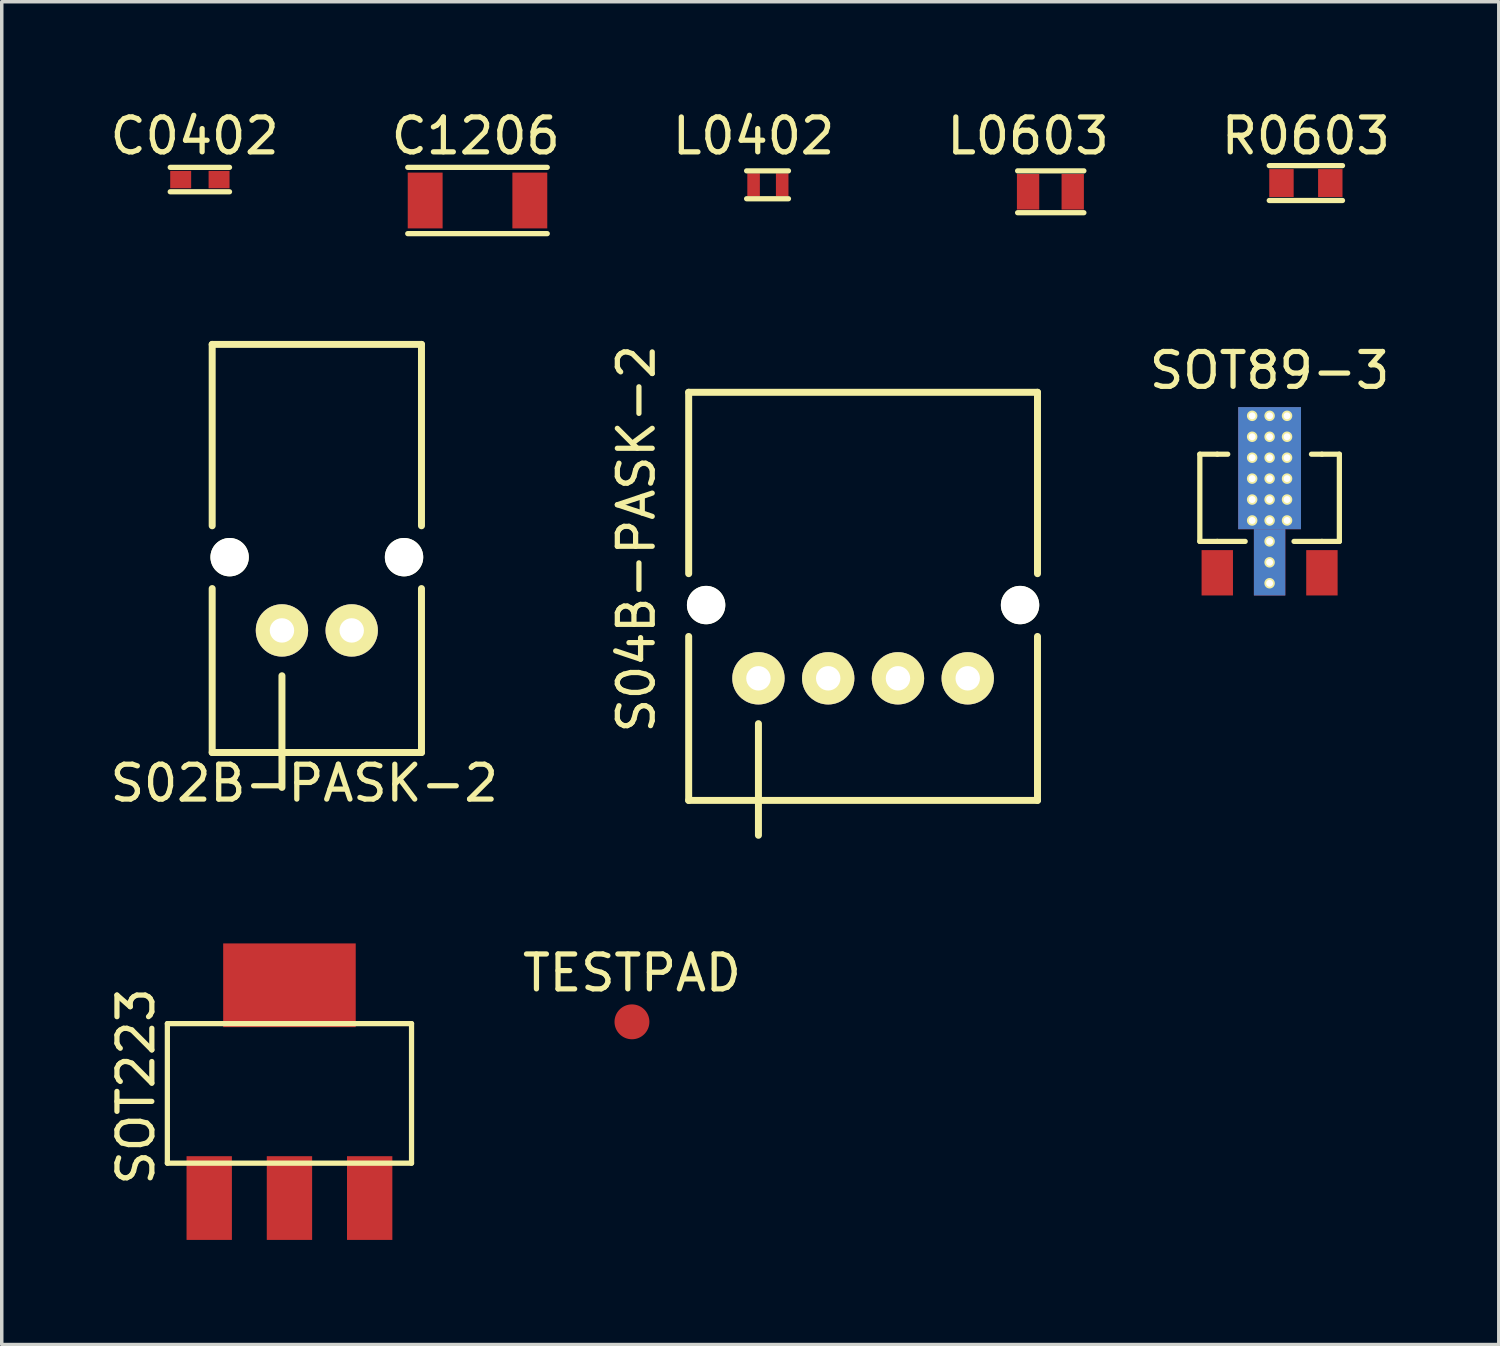
<source format=kicad_pcb>
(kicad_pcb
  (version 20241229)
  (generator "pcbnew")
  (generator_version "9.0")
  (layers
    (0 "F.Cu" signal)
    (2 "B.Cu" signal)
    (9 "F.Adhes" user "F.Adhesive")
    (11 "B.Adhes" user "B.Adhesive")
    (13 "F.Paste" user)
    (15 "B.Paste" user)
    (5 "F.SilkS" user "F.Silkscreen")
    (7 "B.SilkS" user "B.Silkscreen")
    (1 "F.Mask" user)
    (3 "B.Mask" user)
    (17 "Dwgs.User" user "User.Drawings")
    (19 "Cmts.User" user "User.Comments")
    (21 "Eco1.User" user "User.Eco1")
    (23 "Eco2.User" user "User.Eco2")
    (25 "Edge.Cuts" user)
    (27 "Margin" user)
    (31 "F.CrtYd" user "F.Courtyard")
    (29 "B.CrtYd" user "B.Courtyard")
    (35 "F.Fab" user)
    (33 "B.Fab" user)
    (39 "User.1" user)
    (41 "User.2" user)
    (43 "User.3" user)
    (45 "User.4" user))
  (footprint "R0603"
    (layer "F.Cu")
    (at 33.687 2.198)
    (property "Reference" "R0603" (at 0.7 -1.35 0) (layer "F.SilkS") (effects (font (size 1 1) (thickness 0.15))))
    (attr through_hole)
    (fp_line (start -0.35 -0.5) (end 1.75 -0.5) (stroke (width 0.15) (type solid)) (layer "F.SilkS"))
    (fp_line (start 1.75 0.5) (end -0.35 0.5) (stroke (width 0.15) (type solid)) (layer "F.SilkS"))
    (pad "1" smd rect (at 0 0) (size 0.7 0.8) (layers "F.Cu" "F.Mask" "F.Paste"))
    (pad "2" smd rect (at 1.4 0) (size 0.7 0.8) (layers "F.Cu" "F.Mask" "F.Paste")))
  (footprint "SOT223"
    (layer "F.Cu")
    (at 5.248 31.296)
    (property "Reference" "SOT223" (at -4.4 -3.2 90) (layer "F.SilkS") (effects (font (size 1 1) (thickness 0.15))))
    (attr through_hole)
    (fp_line (start -3.5 -5) (end 3.5 -5) (stroke (width 0.15) (type solid)) (layer "F.SilkS"))
    (fp_line (start -3.5 -1) (end -3.5 -5) (stroke (width 0.15) (type solid)) (layer "F.SilkS"))
    (fp_line (start 3.5 -5) (end 3.5 -1) (stroke (width 0.15) (type solid)) (layer "F.SilkS"))
    (fp_line (start 3.5 -1) (end -3.5 -1) (stroke (width 0.15) (type solid)) (layer "F.SilkS"))
    (pad "1" smd rect (at -2.3 0) (size 1.3 2.4) (layers "F.Cu" "F.Mask" "F.Paste"))
    (pad "2" smd rect (at 0 0) (size 1.3 2.4) (layers "F.Cu" "F.Mask" "F.Paste"))
    (pad "3" smd rect (at 2.3 0) (size 1.3 2.4) (layers "F.Cu" "F.Mask" "F.Paste"))
    (pad "4" smd rect (at 0 -6.1) (size 3.8 2.4) (layers "F.Cu" "F.Mask" "F.Paste")))
  (footprint "S04B-PASK-2"
    (layer "F.Cu")
    (at 18.693 16.396)
    (property "Reference" "S04B-PASK-2" (at -3.5 -4 90) (layer "F.SilkS") (effects (font (size 1 1) (thickness 0.15))))
    (attr through_hole)
    (fp_line (start -2 -8.2) (end -2 -3) (stroke (width 0.2) (type solid)) (layer "F.SilkS"))
    (fp_line (start -2 -1.2) (end -2 3.5) (stroke (width 0.2) (type solid)) (layer "F.SilkS"))
    (fp_line (start -2 3.5) (end 8 3.5) (stroke (width 0.2) (type solid)) (layer "F.SilkS"))
    (fp_line (start 0 1.3) (end 0 4.5) (stroke (width 0.2) (type solid)) (layer "F.SilkS"))
    (fp_line (start 8 -8.2) (end -2 -8.2) (stroke (width 0.2) (type solid)) (layer "F.SilkS"))
    (fp_line (start 8 -3) (end 8 -8.2) (stroke (width 0.2) (type solid)) (layer "F.SilkS"))
    (fp_line (start 8 3.5) (end 8 -1.2) (stroke (width 0.2) (type solid)) (layer "F.SilkS"))
    (pad "" np_thru_hole circle (at -1.5 -2.1) (size 1.1 1.1) (drill 1.1) (layers "*.Cu" "*.Mask" "F.SilkS"))
    (pad "" np_thru_hole circle (at 7.5 -2.1) (size 1.1 1.1) (drill 1.1) (layers "*.Cu" "*.Mask" "F.SilkS"))
    (pad "1" thru_hole circle (at 0 0) (size 1.5 1.5) (drill 0.7) (layers "*.Cu" "*.Mask" "F.SilkS"))
    (pad "2" thru_hole circle (at 2 0) (size 1.5 1.5) (drill 0.7) (layers "*.Cu" "*.Mask" "F.SilkS"))
    (pad "3" thru_hole circle (at 4 0) (size 1.5 1.5) (drill 0.7) (layers "*.Cu" "*.Mask" "F.SilkS"))
    (pad "4" thru_hole circle (at 6 0) (size 1.5 1.5) (drill 0.7) (layers "*.Cu" "*.Mask" "F.SilkS")))
  (footprint "C0402"
    (layer "F.Cu")
    (at 2.13 2.098)
    (property "Reference" "C0402" (at 0.4 -1.25 0) (layer "F.SilkS") (effects (font (size 1 1) (thickness 0.15))))
    (attr through_hole)
    (fp_line (start -0.3 -0.35) (end 1.4 -0.35) (stroke (width 0.15) (type solid)) (layer "F.SilkS"))
    (fp_line (start -0.3 0.35) (end 1.4 0.35) (stroke (width 0.15) (type solid)) (layer "F.SilkS"))
    (pad "1" smd rect (at 0 0) (size 0.6 0.5) (layers "F.Cu" "F.Mask" "F.Paste"))
    (pad "2" smd rect (at 1.1 0) (size 0.6 0.5) (layers "F.Cu" "F.Mask" "F.Paste")))
  (footprint "C1206"
    (layer "F.Cu")
    (at 9.189 2.698)
    (property "Reference" "C1206" (at 1.4 -1.85 0) (layer "F.SilkS") (effects (font (size 1 1) (thickness 0.15))))
    (attr through_hole)
    (fp_line (start -0.55 -0.95) (end 3.45 -0.95) (stroke (width 0.15) (type solid)) (layer "F.SilkS"))
    (fp_line (start 3.45 0.95) (end -0.55 0.95) (stroke (width 0.15) (type solid)) (layer "F.SilkS"))
    (pad "1" smd rect (at -0.05 0) (size 1 1.6) (layers "F.Cu" "F.Mask" "F.Paste"))
    (pad "2" smd rect (at 2.95 0) (size 1 1.6) (layers "F.Cu" "F.Mask" "F.Paste")))
  (footprint "TESTPAD"
    (layer "F.Cu")
    (at 15.067 26.244)
    (property "Reference" "TESTPAD" (at 0 -1.4 0) (layer "F.SilkS") (effects (font (size 1 1) (thickness 0.15))))
    (attr through_hole)
    (pad "1" smd circle (at 0 0) (size 1 1) (layers "F.Cu" "F.Mask")))
  (footprint "L0603"
    (layer "F.Cu")
    (at 26.423 2.448)
    (property "Reference" "L0603" (at 0 -1.6 0) (layer "F.SilkS") (effects (font (size 1 1) (thickness 0.15))))
    (attr through_hole)
    (fp_line (start -0.3 -0.6) (end 1.6 -0.6) (stroke (width 0.15) (type solid)) (layer "F.SilkS"))
    (fp_line (start -0.3 0.6) (end 1.6 0.6) (stroke (width 0.15) (type solid)) (layer "F.SilkS"))
    (pad "1" smd rect (at 0 0) (size 0.64 1.02) (layers "F.Cu" "F.Mask" "F.Paste"))
    (pad "2" smd rect (at 1.28 0) (size 0.64 1.02) (layers "F.Cu" "F.Mask" "F.Paste")))
  (footprint "SOT89-3"
    (layer "F.Cu")
    (at 33.347 13.371)
    (property "Reference" "SOT89-3" (at 0 -5.8 0) (layer "F.SilkS") (effects (font (size 1 1) (thickness 0.15))))
    (attr through_hole)
    (fp_line (start -2 -3.4) (end -2 -0.9) (stroke (width 0.15) (type solid)) (layer "F.SilkS"))
    (fp_line (start -2 -0.9) (end -1.5 -0.9) (stroke (width 0.15) (type solid)) (layer "F.SilkS"))
    (fp_line (start -1.5 -3.4) (end -2 -3.4) (stroke (width 0.15) (type solid)) (layer "F.SilkS"))
    (fp_line (start -1.5 -3.4) (end -1.2 -3.4) (stroke (width 0.15) (type solid)) (layer "F.SilkS"))
    (fp_line (start -1.5 -0.9) (end -0.7 -0.9) (stroke (width 0.15) (type solid)) (layer "F.SilkS"))
    (fp_line (start 1.2 -3.4) (end 1.5 -3.4) (stroke (width 0.15) (type solid)) (layer "F.SilkS"))
    (fp_line (start 1.5 -0.9) (end 0.7 -0.9) (stroke (width 0.15) (type solid)) (layer "F.SilkS"))
    (fp_line (start 1.5 -0.9) (end 2 -0.9) (stroke (width 0.15) (type solid)) (layer "F.SilkS"))
    (fp_line (start 2 -3.4) (end 1.5 -3.4) (stroke (width 0.15) (type solid)) (layer "F.SilkS"))
    (fp_line (start 2 -0.9) (end 2 -3.4) (stroke (width 0.15) (type solid)) (layer "F.SilkS"))
    (pad "1" smd rect (at -1.5 0 180) (size 0.9 1.3) (layers "F.Cu" "F.Mask" "F.Paste"))
    (pad "2" thru_hole circle (at -0.5 -4.5 180) (size 0.3 0.3) (drill 0.2) (layers "*.Cu" "*.Mask" "F.SilkS"))
    (pad "2" thru_hole circle (at -0.5 -3.9 180) (size 0.3 0.3) (drill 0.2) (layers "*.Cu" "*.Mask" "F.SilkS"))
    (pad "2" thru_hole circle (at -0.5 -3.3 180) (size 0.3 0.3) (drill 0.2) (layers "*.Cu" "*.Mask" "F.SilkS"))
    (pad "2" thru_hole circle (at -0.5 -2.7 180) (size 0.3 0.3) (drill 0.2) (layers "*.Cu" "*.Mask" "F.SilkS"))
    (pad "2" thru_hole circle (at -0.5 -2.1 180) (size 0.3 0.3) (drill 0.2) (layers "*.Cu" "*.Mask" "F.SilkS"))
    (pad "2" thru_hole circle (at -0.5 -1.5 180) (size 0.3 0.3) (drill 0.2) (layers "*.Cu" "*.Mask" "F.SilkS"))
    (pad "2" thru_hole circle (at 0 -4.5 180) (size 0.3 0.3) (drill 0.2) (layers "*.Cu" "*.Mask" "F.SilkS"))
    (pad "2" thru_hole circle (at 0 -3.9 180) (size 0.3 0.3) (drill 0.2) (layers "*.Cu" "*.Mask" "F.SilkS"))
    (pad "2" thru_hole circle (at 0 -3.3 180) (size 0.3 0.3) (drill 0.2) (layers "*.Cu" "*.Mask" "F.SilkS"))
    (pad "2" smd rect (at 0 -3 180) (size 1.8 3.5) (layers "F.Cu" "F.Mask" "F.Paste"))
    (pad "2" smd rect (at 0 -3 180) (size 1.8 3.5) (layers "B.Cu"))
    (pad "2" thru_hole circle (at 0 -2.7 180) (size 0.3 0.3) (drill 0.2) (layers "*.Cu" "*.Mask" "F.SilkS"))
    (pad "2" thru_hole circle (at 0 -2.1 180) (size 0.3 0.3) (drill 0.2) (layers "*.Cu" "*.Mask" "F.SilkS"))
    (pad "2" thru_hole circle (at 0 -1.5 180) (size 0.3 0.3) (drill 0.2) (layers "*.Cu" "*.Mask" "F.SilkS"))
    (pad "2" thru_hole circle (at 0 -0.9 180) (size 0.3 0.3) (drill 0.2) (layers "*.Cu" "*.Mask" "F.SilkS"))
    (pad "2" thru_hole circle (at 0 -0.3 180) (size 0.3 0.3) (drill 0.2) (layers "*.Cu" "*.Mask" "F.SilkS"))
    (pad "2" smd rect (at 0 -0.3 180) (size 0.9 1.9) (layers "F.Cu" "F.Mask" "F.Paste"))
    (pad "2" smd rect (at 0 -0.3 180) (size 0.9 1.9) (layers "B.Cu"))
    (pad "2" thru_hole circle (at 0 0.3 180) (size 0.3 0.3) (drill 0.2) (layers "*.Cu" "*.Mask" "F.SilkS"))
    (pad "2" thru_hole circle (at 0.5 -4.5 180) (size 0.3 0.3) (drill 0.2) (layers "*.Cu" "*.Mask" "F.SilkS"))
    (pad "2" thru_hole circle (at 0.5 -3.9 180) (size 0.3 0.3) (drill 0.2) (layers "*.Cu" "*.Mask" "F.SilkS"))
    (pad "2" thru_hole circle (at 0.5 -3.3 180) (size 0.3 0.3) (drill 0.2) (layers "*.Cu" "*.Mask" "F.SilkS"))
    (pad "2" thru_hole circle (at 0.5 -2.7 180) (size 0.3 0.3) (drill 0.2) (layers "*.Cu" "*.Mask" "F.SilkS"))
    (pad "2" thru_hole circle (at 0.5 -2.1 180) (size 0.3 0.3) (drill 0.2) (layers "*.Cu" "*.Mask" "F.SilkS"))
    (pad "2" thru_hole circle (at 0.5 -1.5 180) (size 0.3 0.3) (drill 0.2) (layers "*.Cu" "*.Mask" "F.SilkS"))
    (pad "3" smd rect (at 1.5 0 180) (size 0.9 1.3) (layers "F.Cu" "F.Mask" "F.Paste")))
  (footprint "L0402"
    (layer "F.Cu")
    (at 18.554 2.248)
    (property "Reference" "L0402" (at 0 -1.4 0) (layer "F.SilkS") (effects (font (size 1 1) (thickness 0.15))))
    (attr through_hole)
    (fp_line (start -0.2 -0.4) (end 1 -0.4) (stroke (width 0.15) (type solid)) (layer "F.SilkS"))
    (fp_line (start -0.2 0.4) (end 1 0.4) (stroke (width 0.15) (type solid)) (layer "F.SilkS"))
    (pad "1" smd rect (at 0 0) (size 0.36 0.66) (layers "F.Cu" "F.Mask" "F.Paste"))
    (pad "2" smd rect (at 0.82 0) (size 0.36 0.66) (layers "F.Cu" "F.Mask" "F.Paste")))
  (footprint "S02B-PASK-2"
    (layer "F.Cu")
    (at 5.033 15.023)
    (property "Reference" "S02B-PASK-2" (at 0.64 4.38 0) (layer "F.SilkS") (effects (font (size 1 1) (thickness 0.15))))
    (attr through_hole)
    (fp_line (start -2 -8.2) (end -2 -3) (stroke (width 0.2) (type solid)) (layer "F.SilkS"))
    (fp_line (start -2 -1.2) (end -2 3.5) (stroke (width 0.2) (type solid)) (layer "F.SilkS"))
    (fp_line (start -2 3.5) (end 4 3.5) (stroke (width 0.2) (type solid)) (layer "F.SilkS"))
    (fp_line (start 0 1.3) (end 0 4.5) (stroke (width 0.2) (type solid)) (layer "F.SilkS"))
    (fp_line (start 4 -8.2) (end -2 -8.2) (stroke (width 0.2) (type solid)) (layer "F.SilkS"))
    (fp_line (start 4 -3) (end 4 -8.2) (stroke (width 0.2) (type solid)) (layer "F.SilkS"))
    (fp_line (start 4 3.5) (end 4 -1.2) (stroke (width 0.2) (type solid)) (layer "F.SilkS"))
    (pad "" np_thru_hole circle (at -1.5 -2.1) (size 1.1 1.1) (drill 1.1) (layers "*.Cu" "*.Mask" "F.SilkS"))
    (pad "" np_thru_hole circle (at 3.5 -2.1) (size 1.1 1.1) (drill 1.1) (layers "*.Cu" "*.Mask" "F.SilkS"))
    (pad "1" thru_hole circle (at 0 0) (size 1.5 1.5) (drill 0.7) (layers "*.Cu" "*.Mask" "F.SilkS"))
    (pad "2" thru_hole circle (at 2 0) (size 1.5 1.5) (drill 0.7) (layers "*.Cu" "*.Mask" "F.SilkS")))
  (gr_rect
    (start -3 -3)
    (end 39.917 35.496)
    (stroke (width 0.1) (type default))
    (fill no)
    (layer "Edge.Cuts")))
</source>
